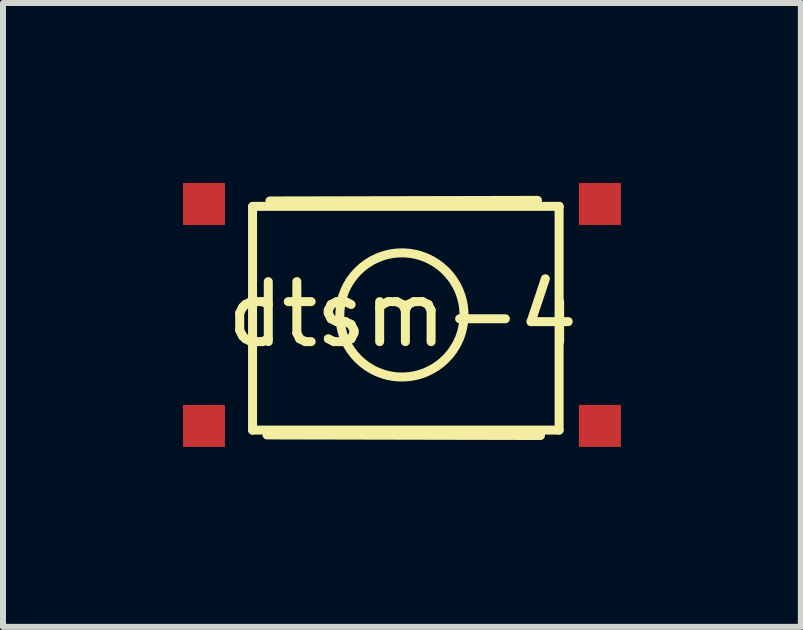
<source format=kicad_pcb>
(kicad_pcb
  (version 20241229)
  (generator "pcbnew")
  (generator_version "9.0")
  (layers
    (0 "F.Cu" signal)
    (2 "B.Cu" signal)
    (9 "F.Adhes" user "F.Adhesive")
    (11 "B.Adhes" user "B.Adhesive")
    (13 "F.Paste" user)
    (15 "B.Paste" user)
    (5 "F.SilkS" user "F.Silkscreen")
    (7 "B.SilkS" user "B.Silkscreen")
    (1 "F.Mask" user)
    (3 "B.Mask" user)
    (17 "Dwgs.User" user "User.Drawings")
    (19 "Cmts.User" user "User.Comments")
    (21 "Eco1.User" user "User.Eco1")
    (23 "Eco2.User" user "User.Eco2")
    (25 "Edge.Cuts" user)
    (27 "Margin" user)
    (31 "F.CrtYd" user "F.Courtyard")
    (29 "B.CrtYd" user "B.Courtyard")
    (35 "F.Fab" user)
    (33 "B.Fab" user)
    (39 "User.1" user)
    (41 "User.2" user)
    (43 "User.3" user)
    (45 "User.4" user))
  (footprint "dtsm-4"
    (layer "F.Cu")
    (at 3.65 2.2)
    (property "Reference" "dtsm-4" (at 0.01 -0.01 0) (layer "F.SilkS") (effects (font (size 1 1) (thickness 0.15))))
    (attr through_hole)
    (fp_line (start -2.49 -1.8) (end -2.49 1.92) (stroke (width 0.15) (type solid)) (layer "F.SilkS"))
    (fp_line (start -2.49 1.92) (end 2.62 1.92) (stroke (width 0.15) (type solid)) (layer "F.SilkS"))
    (fp_line (start -2.25 2) (end 2.31 2.01) (stroke (width 0.15) (type solid)) (layer "F.SilkS"))
    (fp_line (start -2.2 -1.9) (end 2.26 -1.91) (stroke (width 0.15) (type solid)) (layer "F.SilkS"))
    (fp_line (start 2.62 -1.81) (end -2.49 -1.81) (stroke (width 0.15) (type solid)) (layer "F.SilkS"))
    (fp_line (start 2.62 1.92) (end 2.62 -1.81) (stroke (width 0.15) (type solid)) (layer "F.SilkS"))
    (fp_circle (center 0 0) (end -0.56 -0.87) (stroke (width 0.15) (type solid)) (fill no) (layer "F.SilkS"))
    (pad "1" smd rect (at -3.3 -1.85) (size 0.7 0.7) (layers "F.Cu" "F.Mask" "F.Paste"))
    (pad "2" smd rect (at 3.3 -1.85) (size 0.7 0.7) (layers "F.Cu" "F.Mask" "F.Paste"))
    (pad "3" smd rect (at -3.3 1.85) (size 0.7 0.7) (layers "F.Cu" "F.Mask" "F.Paste"))
    (pad "4" smd rect (at 3.3 1.85) (size 0.7 0.7) (layers "F.Cu" "F.Mask" "F.Paste")))
  (gr_rect
    (start -3 -3)
    (end 10.3 7.4)
    (stroke (width 0.1) (type default))
    (fill no)
    (layer "Edge.Cuts")))
</source>
